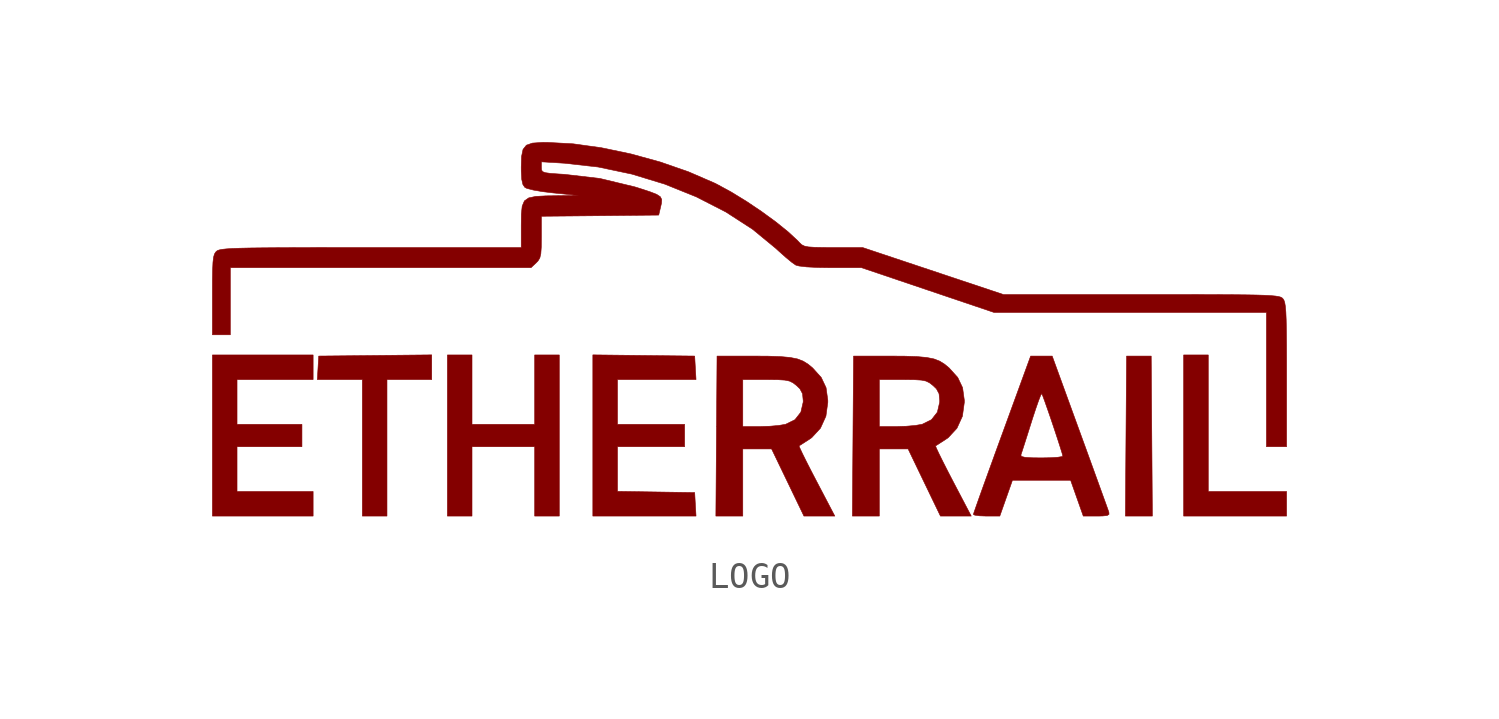
<source format=kicad_sym>
(kicad_symbol_lib
  (version 20220914)
  (generator bitmap2component)
  (symbol "LOGO"
    (pin_names
      (offset 1.016))
    (property "Reference" "#G"
      (at 0 6.392 0)
      (effects (font (size 1.27 1.27)) hide))
    (symbol "LOGO_0_0"
      (polyline (pts (xy -16.51 -6.646) (xy -16.51 -6.181) (xy -17.949 -6.181) (xy -19.389 -6.181) (xy -19.389 -5.334) (xy -19.389 -4.487) (xy -18.161 -4.487) (xy -16.933 -4.487) (xy -16.933 -4.064) (xy -16.933 -3.641) (xy -18.161 -3.641) (xy -19.389 -3.641) (xy -19.389 -2.794) (xy -19.389 -1.947) (xy -17.949 -1.947) (xy -16.51 -1.947) (xy -16.51 -1.482) (xy -16.51 -1.016) (xy -18.415 -1.016) (xy -20.32 -1.016) (xy -20.32 -4.064) (xy -20.32 -7.112) (xy -18.415 -7.112) (xy -16.51 -7.112) (xy -16.51 -6.646)) (stroke (width 0.01) (type default)) (fill (type outline)))
      (polyline (pts (xy -13.716 -4.53) (xy -13.716 -1.947) (xy -12.869 -1.947) (xy -12.023 -1.947) (xy -12.023 -1.48) (xy -12.023 -1.013) (xy -14.161 -1.036) (xy -16.298 -1.058) (xy -16.324 -1.503) (xy -16.35 -1.947) (xy -15.498 -1.947) (xy -14.647 -1.947) (xy -14.647 -4.53) (xy -14.647 -7.112) (xy -14.182 -7.112) (xy -13.716 -7.112) (xy -13.716 -4.53)) (stroke (width 0.01) (type default)) (fill (type outline)))
      (polyline (pts (xy -10.499 -5.8) (xy -10.499 -4.487) (xy -9.313 -4.487) (xy -8.128 -4.487) (xy -8.128 -5.8) (xy -8.128 -7.112) (xy -7.662 -7.112) (xy -7.197 -7.112) (xy -7.197 -4.064) (xy -7.197 -1.016) (xy -7.662 -1.016) (xy -8.128 -1.016) (xy -8.128 -2.328) (xy -8.128 -3.641) (xy -9.313 -3.641) (xy -10.499 -3.641) (xy -10.499 -2.328) (xy -10.499 -1.016) (xy -10.964 -1.016) (xy -11.43 -1.016) (xy -11.43 -4.064) (xy -11.43 -7.112) (xy -10.964 -7.112) (xy -10.499 -7.112) (xy -10.499 -5.8)) (stroke (width 0.01) (type default)) (fill (type outline)))
      (polyline (pts (xy -2.049 -6.668) (xy -2.074 -6.223) (xy -3.535 -6.2) (xy -4.995 -6.177) (xy -4.995 -5.332) (xy -4.995 -4.487) (xy -3.725 -4.487) (xy -2.455 -4.487) (xy -2.455 -4.064) (xy -2.455 -3.641) (xy -3.725 -3.641) (xy -4.995 -3.641) (xy -4.995 -2.794) (xy -4.995 -1.947) (xy -3.509 -1.947) (xy -2.023 -1.947) (xy -2.049 -1.503) (xy -2.074 -1.058) (xy -4 -1.036) (xy -5.927 -1.013) (xy -5.927 -4.062) (xy -5.927 -7.112) (xy -3.975 -7.112) (xy -2.023 -7.112) (xy -2.049 -6.668)) (stroke (width 0.01) (type default)) (fill (type outline)))
      (polyline (pts (xy -0.254 -5.842) (xy -0.254 -4.572) (xy 0.291 -4.572) (xy 0.836 -4.572) (xy 1.448 -5.842) (xy 2.059 -7.112) (xy 2.644 -7.112) (xy 3.228 -7.112) (xy 2.537 -5.794) (xy 2.342 -5.42) (xy 2.148 -5.04) (xy 1.998 -4.737) (xy 1.903 -4.534) (xy 1.875 -4.457) (xy 1.906 -4.437) (xy 2.046 -4.348) (xy 2.255 -4.214) (xy 2.356 -4.143) (xy 2.684 -3.788) (xy 2.891 -3.333) (xy 2.963 -2.807) (xy 2.962 -2.724) (xy 2.897 -2.255) (xy 2.714 -1.868) (xy 2.389 -1.508) (xy 2.219 -1.367) (xy 2.031 -1.25) (xy 1.813 -1.166) (xy 1.537 -1.111) (xy 1.176 -1.078) (xy 0.701 -1.062) (xy 0.085 -1.058) (xy -1.228 -1.058) (xy -1.247 -3.725) (xy -0.254 -3.725) (xy -0.254 -2.836) (xy -0.254 -1.947) (xy 0.628 -1.947) (xy 0.705 -1.947) (xy 1.083 -1.952) (xy 1.338 -1.968) (xy 1.511 -2.004) (xy 1.642 -2.068) (xy 1.772 -2.167) (xy 1.907 -2.296) (xy 2.007 -2.483) (xy 2.032 -2.748) (xy 2.031 -2.8) (xy 1.943 -3.181) (xy 1.72 -3.465) (xy 1.372 -3.637) (xy 1.362 -3.64) (xy 1.112 -3.683) (xy 0.768 -3.713) (xy 0.402 -3.725) (xy -0.254 -3.725) (xy -1.247 -3.725) (xy -1.25 -4.085) (xy -1.272 -7.112) (xy -0.763 -7.112) (xy -0.254 -7.112) (xy -0.254 -5.842)) (stroke (width 0.01) (type default)) (fill (type outline)))
      (polyline (pts (xy 4.911 -5.842) (xy 4.911 -4.572) (xy 5.456 -4.572) (xy 6.001 -4.572) (xy 6.612 -5.842) (xy 7.224 -7.112) (xy 7.807 -7.112) (xy 8.39 -7.112) (xy 7.699 -5.795) (xy 7.505 -5.421) (xy 7.312 -5.041) (xy 7.162 -4.738) (xy 7.067 -4.535) (xy 7.039 -4.458) (xy 7.07 -4.438) (xy 7.211 -4.348) (xy 7.419 -4.214) (xy 7.521 -4.143) (xy 7.849 -3.788) (xy 8.056 -3.333) (xy 8.128 -2.807) (xy 8.127 -2.724) (xy 8.062 -2.255) (xy 7.878 -1.868) (xy 7.553 -1.508) (xy 7.383 -1.367) (xy 7.196 -1.25) (xy 6.978 -1.166) (xy 6.702 -1.111) (xy 6.34 -1.078) (xy 5.866 -1.062) (xy 5.249 -1.058) (xy 3.937 -1.058) (xy 3.917 -3.725) (xy 4.911 -3.725) (xy 4.911 -2.836) (xy 4.911 -1.947) (xy 5.793 -1.947) (xy 5.87 -1.947) (xy 6.248 -1.952) (xy 6.503 -1.968) (xy 6.676 -2.004) (xy 6.807 -2.068) (xy 6.936 -2.167) (xy 7.072 -2.296) (xy 7.172 -2.483) (xy 7.197 -2.748) (xy 7.196 -2.8) (xy 7.108 -3.181) (xy 6.885 -3.465) (xy 6.537 -3.637) (xy 6.526 -3.64) (xy 6.277 -3.683) (xy 5.933 -3.713) (xy 5.567 -3.725) (xy 4.911 -3.725) (xy 3.917 -3.725) (xy 3.915 -4.085) (xy 3.893 -7.112) (xy 4.402 -7.112) (xy 4.911 -7.112) (xy 4.911 -5.842)) (stroke (width 0.01) (type default)) (fill (type outline)))
      (polyline (pts (xy 9.709 -6.435) (xy 9.948 -5.758) (xy 11.049 -5.758) (xy 12.15 -5.758) (xy 12.389 -6.435) (xy 12.628 -7.112) (xy 13.135 -7.112) (xy 13.35 -7.109) (xy 13.531 -7.091) (xy 13.602 -7.046) (xy 13.596 -6.964) (xy 13.56 -6.861) (xy 13.472 -6.616) (xy 13.339 -6.249) (xy 13.169 -5.779) (xy 12.968 -5.224) (xy 12.743 -4.604) (xy 12.5 -3.937) (xy 11.452 -1.058) (xy 11.045 -1.058) (xy 10.637 -1.058) (xy 9.556 -4.022) (xy 9.536 -4.075) (xy 9.293 -4.743) (xy 9.271 -4.805) (xy 10.266 -4.805) (xy 10.273 -4.785) (xy 10.325 -4.627) (xy 10.414 -4.35) (xy 10.53 -3.986) (xy 10.662 -3.568) (xy 10.709 -3.418) (xy 10.835 -3.037) (xy 10.941 -2.734) (xy 11.018 -2.538) (xy 11.056 -2.477) (xy 11.056 -2.477) (xy 11.096 -2.568) (xy 11.176 -2.785) (xy 11.284 -3.092) (xy 11.409 -3.454) (xy 11.537 -3.835) (xy 11.657 -4.199) (xy 11.758 -4.513) (xy 11.828 -4.739) (xy 11.853 -4.844) (xy 11.824 -4.861) (xy 11.661 -4.887) (xy 11.388 -4.904) (xy 11.04 -4.911) (xy 10.681 -4.906) (xy 10.421 -4.889) (xy 10.29 -4.856) (xy 10.266 -4.805) (xy 9.271 -4.805) (xy 9.069 -5.361) (xy 8.871 -5.909) (xy 8.706 -6.369) (xy 8.58 -6.725) (xy 8.499 -6.957) (xy 8.47 -7.048) (xy 8.523 -7.077) (xy 8.703 -7.102) (xy 8.968 -7.112) (xy 9.47 -7.112) (xy 9.709 -6.435)) (stroke (width 0.01) (type default)) (fill (type outline)))
      (polyline (pts (xy 15.22 -4.085) (xy 15.198 -1.058) (xy 14.732 -1.058) (xy 14.266 -1.058) (xy 14.244 -4.085) (xy 14.222 -7.112) (xy 14.732 -7.112) (xy 15.242 -7.112) (xy 15.22 -4.085)) (stroke (width 0.01) (type default)) (fill (type outline)))
      (polyline (pts (xy 20.32 -6.646) (xy 20.32 -6.181) (xy 18.838 -6.181) (xy 17.357 -6.181) (xy 17.357 -3.598) (xy 17.357 -1.016) (xy 16.891 -1.016) (xy 16.425 -1.016) (xy 16.425 -4.064) (xy 16.425 -7.112) (xy 18.373 -7.112) (xy 20.32 -7.112) (xy 20.32 -6.646)) (stroke (width 0.01) (type default)) (fill (type outline)))
      (polyline (pts (xy 20.32 -1.764) (xy 20.32 -1.284) (xy 20.318 -0.617) (xy 20.313 -0.091) (xy 20.305 0.312) (xy 20.292 0.611) (xy 20.274 0.822) (xy 20.25 0.965) (xy 20.219 1.057) (xy 20.18 1.115) (xy 20.15 1.143) (xy 20.099 1.171) (xy 20.02 1.194) (xy 19.899 1.213) (xy 19.723 1.229) (xy 19.48 1.242) (xy 19.157 1.252) (xy 18.741 1.259) (xy 18.219 1.264) (xy 17.58 1.267) (xy 16.809 1.269) (xy 15.894 1.27) (xy 14.823 1.27) (xy 9.607 1.27) (xy 6.943 2.159) (xy 4.279 3.048) (xy 3.168 3.048) (xy 2.819 3.049) (xy 2.466 3.056) (xy 2.229 3.072) (xy 2.076 3.104) (xy 1.975 3.154) (xy 1.897 3.228) (xy 1.82 3.31) (xy 1.458 3.645) (xy 0.99 4.022) (xy 0.451 4.415) (xy -0.122 4.8) (xy -0.694 5.15) (xy -1.228 5.44) (xy -1.34 5.495) (xy -2.311 5.915) (xy -3.375 6.284) (xy -4.486 6.59) (xy -5.6 6.823) (xy -6.671 6.972) (xy -7.656 7.026) (xy -7.858 7.024) (xy -8.214 6.999) (xy -8.441 6.92) (xy -8.568 6.76) (xy -8.624 6.494) (xy -8.636 6.093) (xy -8.635 5.934) (xy -8.617 5.624) (xy -8.573 5.432) (xy -8.498 5.323) (xy -8.42 5.285) (xy -8.185 5.224) (xy -7.839 5.164) (xy -7.418 5.113) (xy -6.477 5.019) (xy -7.402 5.007) (xy -7.694 5.003) (xy -8.088 4.982) (xy -8.354 4.926) (xy -8.516 4.812) (xy -8.6 4.615) (xy -8.631 4.313) (xy -8.636 3.882) (xy -8.636 3.048) (xy -14.323 3.048) (xy -15.269 3.048) (xy -16.265 3.047) (xy -17.114 3.045) (xy -17.827 3.042) (xy -18.418 3.037) (xy -18.897 3.031) (xy -19.278 3.022) (xy -19.572 3.011) (xy -19.791 2.997) (xy -19.948 2.98) (xy -20.055 2.959) (xy -20.123 2.936) (xy -20.165 2.908) (xy -20.194 2.878) (xy -20.243 2.801) (xy -20.277 2.68) (xy -20.299 2.49) (xy -20.312 2.206) (xy -20.319 1.804) (xy -20.32 1.257) (xy -20.32 -0.254) (xy -19.981 -0.254) (xy -19.643 -0.254) (xy -19.643 1.016) (xy -19.643 2.286) (xy -13.954 2.286) (xy -8.266 2.286) (xy -8.07 2.47) (xy -8.001 2.542) (xy -7.933 2.655) (xy -7.895 2.815) (xy -7.878 3.064) (xy -7.874 3.442) (xy -7.874 4.231) (xy -5.655 4.253) (xy -3.435 4.276) (xy -3.358 4.603) (xy -3.33 4.728) (xy -3.322 4.867) (xy -3.375 4.971) (xy -3.514 5.061) (xy -3.764 5.158) (xy -4.151 5.285) (xy -4.331 5.341) (xy -5.659 5.661) (xy -7.006 5.818) (xy -7.21 5.83) (xy -7.53 5.853) (xy -7.726 5.88) (xy -7.829 5.92) (xy -7.868 5.984) (xy -7.874 6.079) (xy -7.874 6.291) (xy -7.006 6.238) (xy -6.995 6.237) (xy -5.724 6.094) (xy -4.452 5.826) (xy -3.204 5.446) (xy -2.009 4.964) (xy -0.892 4.391) (xy 0.119 3.737) (xy 0.999 3.013) (xy 1.115 2.906) (xy 1.382 2.669) (xy 1.608 2.483) (xy 1.751 2.383) (xy 1.876 2.349) (xy 2.164 2.315) (xy 2.576 2.294) (xy 3.087 2.286) (xy 4.238 2.286) (xy 6.744 1.439) (xy 9.249 0.593) (xy 14.403 0.593) (xy 19.558 0.593) (xy 19.558 -1.947) (xy 19.558 -4.487) (xy 19.939 -4.487) (xy 20.32 -4.487) (xy 20.32 -1.764)) (stroke (width 0.01) (type default)) (fill (type outline))))))
</source>
